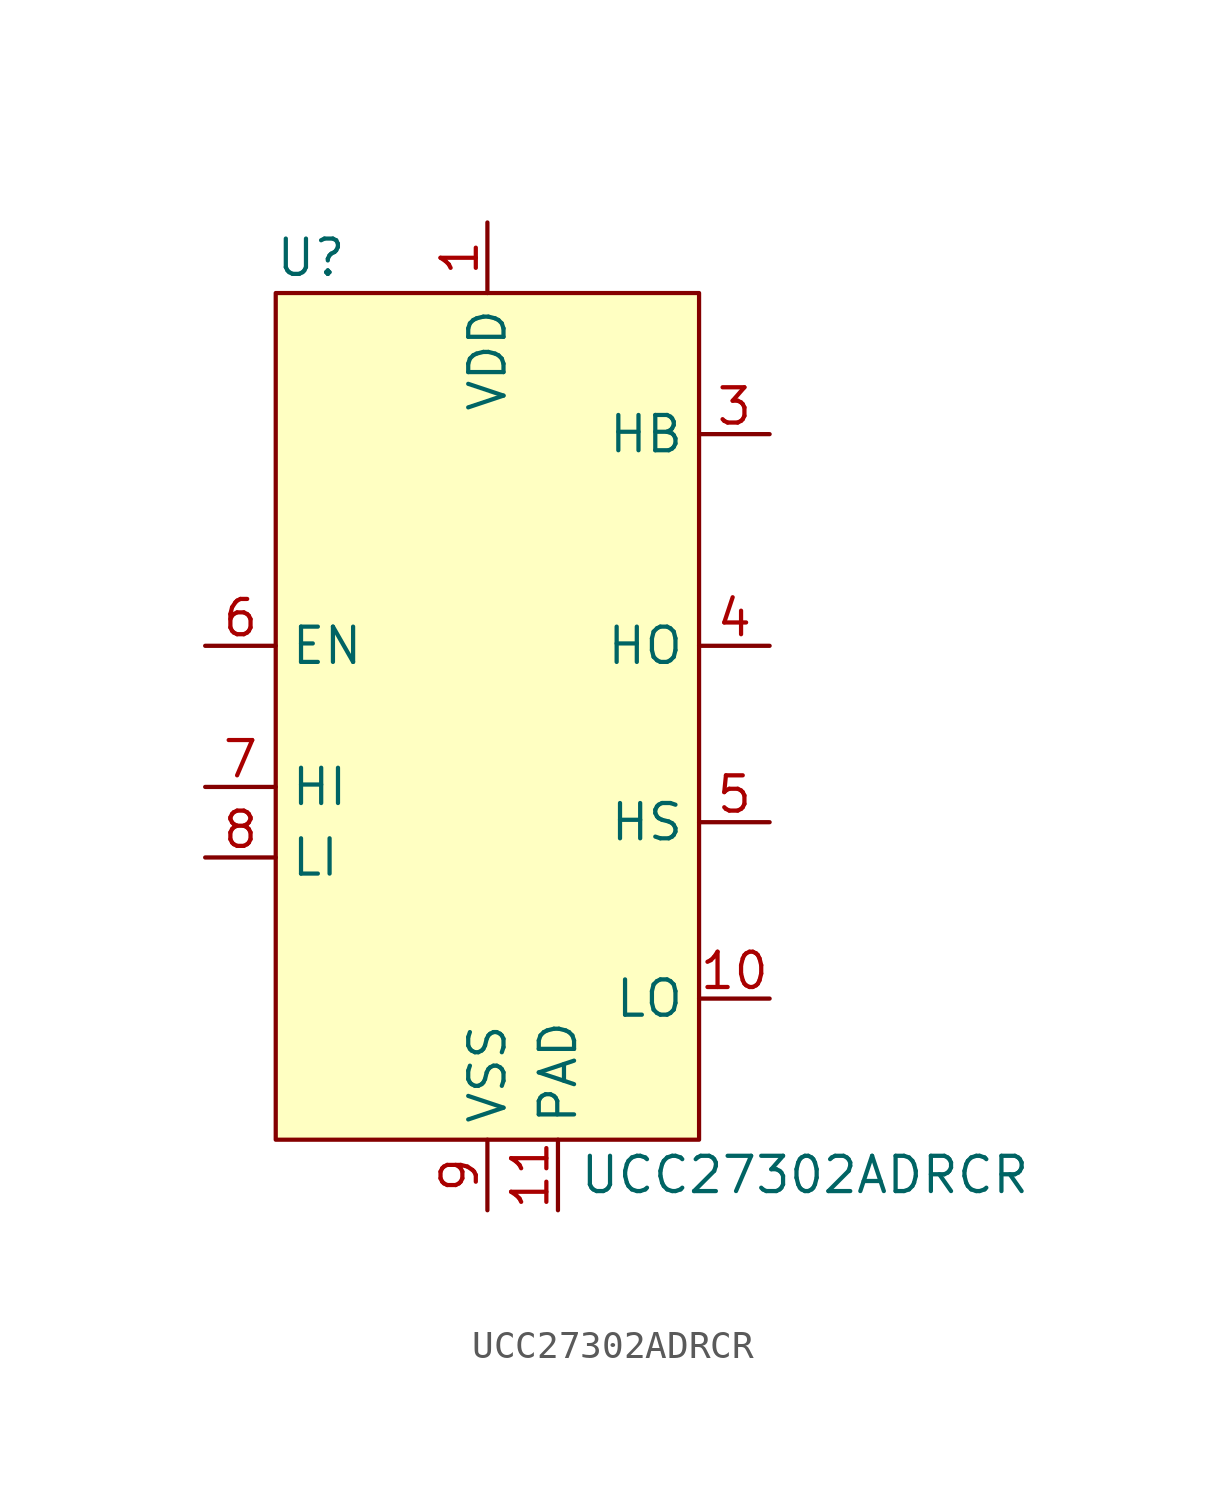
<source format=kicad_sym>
(kicad_symbol_lib
  (version 20241209)
  (generator "kicad_symbol_editor")
  (generator_version "9.0")
  (symbol "UCC27302ADRCR"
    (property "Reference" "U"
      (at -6.35 16.51 0)
      (effects (font (size 1.27 1.27))))
    (property "Value" "UCC27302ADRCR"
      (at 11.43 -16.51 0)
      (effects (font (size 1.27 1.27))))
    (symbol "UCC27302ADRCR_0_0"
      (pin input line (at -10.16 2.54 0) (length 2.54) (name "EN" (effects (font (size 1.27 1.27)))) (number "6" (effects (font (size 1.27 1.27)))))
      (pin input line (at -10.16 -2.54 0) (length 2.54) (name "HI" (effects (font (size 1.27 1.27)))) (number "7" (effects (font (size 1.27 1.27)))))
      (pin input line (at -10.16 -5.08 0) (length 2.54) (name "LI" (effects (font (size 1.27 1.27)))) (number "8" (effects (font (size 1.27 1.27)))))
      (pin power_in line (at 0 17.78 270) (length 2.54) (name "VDD" (effects (font (size 1.27 1.27)))) (number "1" (effects (font (size 1.27 1.27)))))
      (pin power_in line (at 0 -17.78 90) (length 2.54) (name "VSS" (effects (font (size 1.27 1.27)))) (number "9" (effects (font (size 1.27 1.27)))))
      (pin passive line (at 2.54 -17.78 90) (length 2.54) (name "PAD" (effects (font (size 1.27 1.27)))) (number "11" (effects (font (size 1.27 1.27)))))
      (pin passive line (at 10.16 10.16 180) (length 2.54) (name "HB" (effects (font (size 1.27 1.27)))) (number "3" (effects (font (size 1.27 1.27)))))
      (pin output line (at 10.16 2.54 180) (length 2.54) (name "HO" (effects (font (size 1.27 1.27)))) (number "4" (effects (font (size 1.27 1.27)))))
      (pin passive line (at 10.16 -3.81 180) (length 2.54) (name "HS" (effects (font (size 1.27 1.27)))) (number "5" (effects (font (size 1.27 1.27)))))
      (pin output line (at 10.16 -10.16 180) (length 2.54) (name "LO" (effects (font (size 1.27 1.27)))) (number "10" (effects (font (size 1.27 1.27))))))
    (symbol "UCC27302ADRCR_1_1"
      (rectangle (start -7.62 15.24) (end 7.62 -15.24) (stroke (width 0) (type solid)) (fill (type background))))))
</source>
